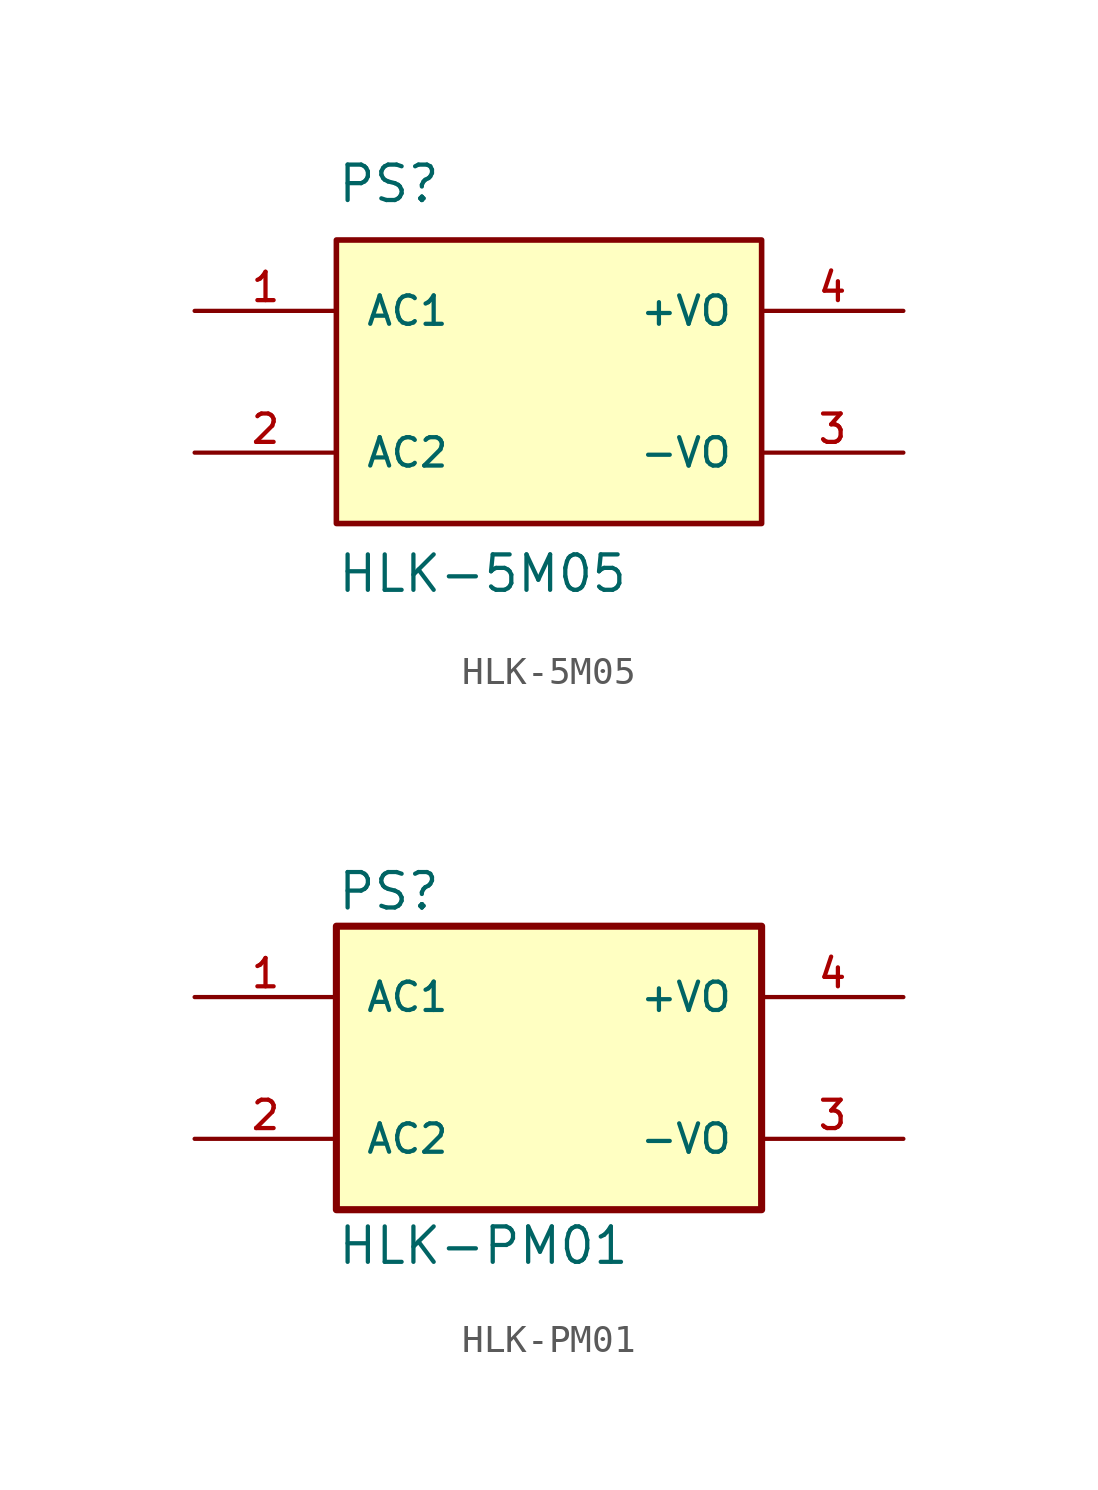
<source format=kicad_sym>
(kicad_symbol_lib
  (version 20241209)
  (generator "kicad_symbol_editor")
  (generator_version "9.0")
  (symbol "HLK-5M05"
    (pin_names
      (offset 1.016))
    (property "Reference" "PS"
      (at -7.62 6.35 0)
      (effects (font (size 1.27 1.27)) (justify left bottom)))
    (property "Value" "HLK-5M05"
      (at -7.62 -7.62 0)
      (effects (font (size 1.27 1.27)) (justify left bottom)))
    (symbol "HLK-5M05_0_0"
      (rectangle (start -7.62 -5.08) (end 7.62 5.08) (stroke (width 0.2) (type default)) (fill (type background)))
      (pin input line (at -12.7 2.54 0) (length 5.08) (name "AC1" (effects (font (size 1.016 1.016)))) (number "1" (effects (font (size 1.016 1.016)))))
      (pin input line (at -12.7 -2.54 0) (length 5.08) (name "AC2" (effects (font (size 1.016 1.016)))) (number "2" (effects (font (size 1.016 1.016)))))
      (pin output line (at 12.7 2.54 180) (length 5.08) (name "+VO" (effects (font (size 1.016 1.016)))) (number "4" (effects (font (size 1.016 1.016)))))
      (pin output line (at 12.7 -2.54 180) (length 5.08) (name "-VO" (effects (font (size 1.016 1.016)))) (number "3" (effects (font (size 1.016 1.016)))))))
  (symbol "HLK-PM01"
    (pin_names
      (offset 1.016))
    (property "Reference" "PS"
      (at -7.62 5.588 0)
      (effects (font (size 1.27 1.27)) (justify left bottom)))
    (property "Value" "HLK-PM01"
      (at -7.62 -7.112 0)
      (effects (font (size 1.27 1.27)) (justify left bottom)))
    (symbol "HLK-PM01_0_0"
      (rectangle (start -7.62 -5.08) (end 7.62 5.08) (stroke (width 0.254) (type default)) (fill (type background)))
      (pin input line (at -12.7 2.54 0) (length 5.08) (name "AC1" (effects (font (size 1.016 1.016)))) (number "1" (effects (font (size 1.016 1.016)))))
      (pin input line (at -12.7 -2.54 0) (length 5.08) (name "AC2" (effects (font (size 1.016 1.016)))) (number "2" (effects (font (size 1.016 1.016)))))
      (pin output line (at 12.7 2.54 180) (length 5.08) (name "+VO" (effects (font (size 1.016 1.016)))) (number "4" (effects (font (size 1.016 1.016)))))
      (pin output line (at 12.7 -2.54 180) (length 5.08) (name "-VO" (effects (font (size 1.016 1.016)))) (number "3" (effects (font (size 1.016 1.016))))))))
</source>
